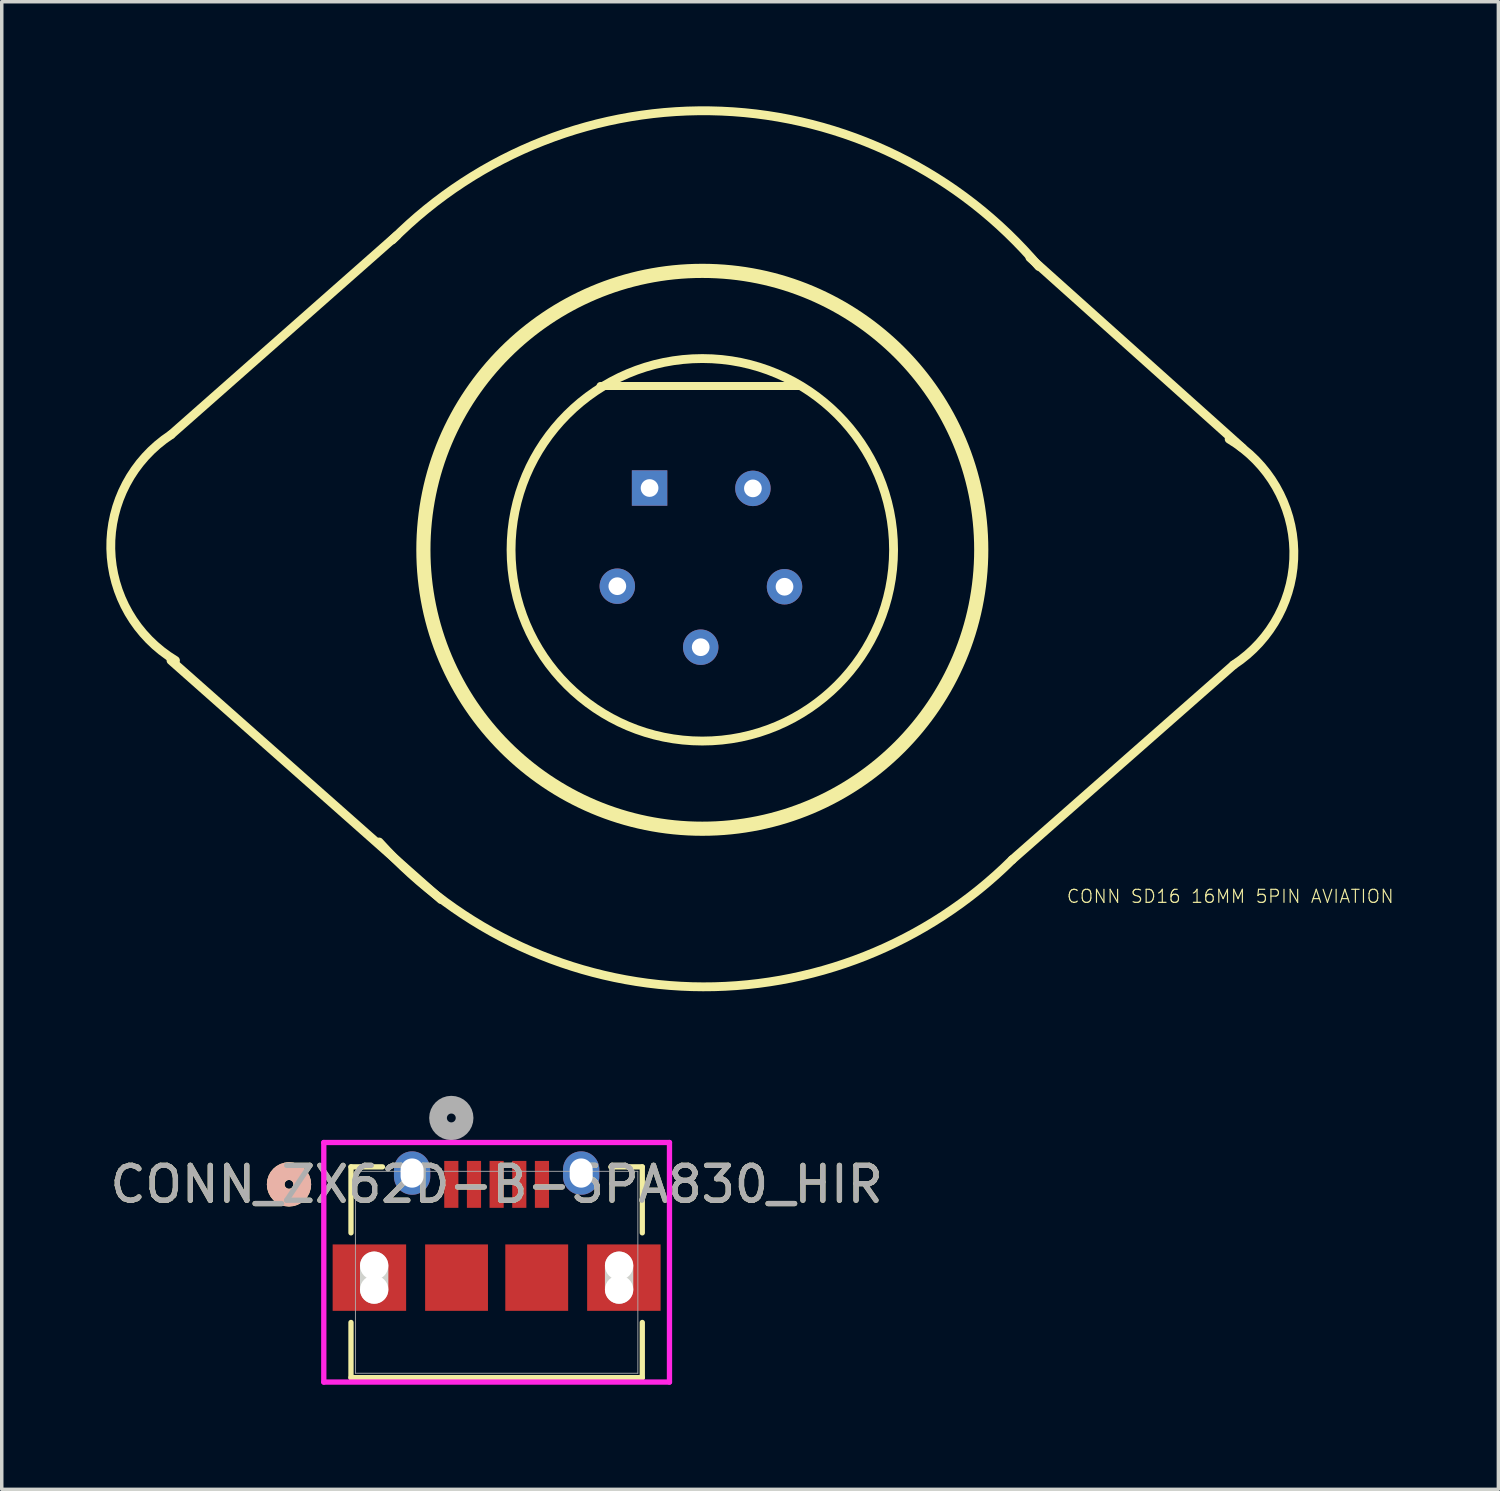
<source format=kicad_pcb>
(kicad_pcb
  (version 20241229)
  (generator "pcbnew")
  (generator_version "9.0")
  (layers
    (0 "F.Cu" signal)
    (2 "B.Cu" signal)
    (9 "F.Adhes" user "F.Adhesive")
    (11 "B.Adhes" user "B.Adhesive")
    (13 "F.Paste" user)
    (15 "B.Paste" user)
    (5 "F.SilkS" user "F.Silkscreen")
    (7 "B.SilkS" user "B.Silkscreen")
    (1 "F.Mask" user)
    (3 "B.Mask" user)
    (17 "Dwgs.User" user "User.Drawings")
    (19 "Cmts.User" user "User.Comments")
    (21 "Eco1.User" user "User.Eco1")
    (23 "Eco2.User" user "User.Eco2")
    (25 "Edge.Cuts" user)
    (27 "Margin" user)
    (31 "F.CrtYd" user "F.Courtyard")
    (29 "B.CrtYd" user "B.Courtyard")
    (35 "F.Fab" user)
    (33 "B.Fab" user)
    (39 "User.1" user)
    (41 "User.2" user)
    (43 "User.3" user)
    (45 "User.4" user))
  (footprint "CONN SD16 16MM 5PIN AVIATION"
    (layer "F.Cu")
    (at 17.096 12.721)
    (property "Reference" "CONN SD16 16MM 5PIN AVIATION" (at 10.43 10.16 0) (unlocked yes) (layer "F.SilkS") (effects (font (size 0.374 0.374) (thickness 0.033)) (justify left bottom)))
    (fp_line (start -15.24 -3.302) (end -8.763 -9.017) (stroke (width 0.254) (type solid)) (layer "F.SilkS"))
    (fp_line (start -15.24 3.175) (end -7.493 10.033) (stroke (width 0.254) (type solid)) (layer "F.SilkS"))
    (fp_line (start -2.921 -4.699) (end 2.794 -4.699) (stroke (width 0.229) (type solid)) (layer "F.SilkS"))
    (fp_line (start 8.89 8.89) (end 15.24 3.302) (stroke (width 0.254) (type solid)) (layer "F.SilkS"))
    (fp_line (start 15.494 -2.921) (end 9.398 -8.382) (stroke (width 0.254) (type solid)) (layer "F.SilkS"))
    (fp_arc (start -15.113 3.175) (mid -16.967969 -0.028374) (end -15.239999 -3.302) (stroke (width 0.254) (type solid)) (layer "F.SilkS"))
    (fp_arc (start -8.89 -8.89) (mid 0.548444 -12.583466) (end 9.652 -8.128) (stroke (width 0.254) (type solid)) (layer "F.SilkS"))
    (fp_arc (start 8.89 8.89) (mid -0.299459 12.531289) (end -9.271 8.382) (stroke (width 0.254) (type solid)) (layer "F.SilkS"))
    (fp_arc (start 15.113 -3.175) (mid 16.967969 0.028374) (end 15.239999 3.302) (stroke (width 0.254) (type solid)) (layer "F.SilkS"))
    (fp_circle (center 0 0) (end 5.486 0) (stroke (width 0.254) (type solid)) (fill no) (layer "F.SilkS"))
    (fp_circle (center 0 0) (end 8.001 0) (stroke (width 0.406) (type solid)) (fill no) (layer "F.SilkS"))
    (pad "1" thru_hole circle (at 1.451 -1.762 180) (size 1.016 1.016) (drill 0.508) (layers "*.Cu" "*.Mask"))
    (pad "2" thru_hole rect (at -1.513 -1.772 180) (size 1.016 1.016) (drill 0.508) (layers "*.Cu" "*.Mask"))
    (pad "3" thru_hole circle (at 2.358 1.06 180) (size 1.016 1.016) (drill 0.508) (layers "*.Cu" "*.Mask"))
    (pad "4" thru_hole circle (at -0.046 2.794 180) (size 1.016 1.016) (drill 0.508) (layers "*.Cu" "*.Mask"))
    (pad "5" thru_hole circle (at -2.438 1.044 180) (size 1.016 1.016) (drill 0.508) (layers "*.Cu" "*.Mask")))
  (footprint "CONN_ZX62D-B-5PA830_HIR"
    (layer "F.Cu")
    (at 11.196 33.445)
    (property "Reference" "CONN_ZX62D-B-5PA830_HIR" (at 0 -2.521 0) (unlocked yes) (layer "F.SilkS") (effects (font (size 1 1) (thickness 0.15))))
    (attr smd)
    (fp_line (start -4.178 -3.023) (end -4.178 -1.131) (stroke (width 0.152) (type solid)) (layer "F.SilkS"))
    (fp_line (start -4.178 1.44) (end -4.178 3.023) (stroke (width 0.152) (type solid)) (layer "F.SilkS"))
    (fp_line (start -4.178 3.023) (end 4.178 3.023) (stroke (width 0.152) (type solid)) (layer "F.SilkS"))
    (fp_line (start -3.275 -3.023) (end -4.178 -3.023) (stroke (width 0.152) (type solid)) (layer "F.SilkS"))
    (fp_line (start 4.178 -3.023) (end 3.275 -3.023) (stroke (width 0.152) (type solid)) (layer "F.SilkS"))
    (fp_line (start 4.178 -1.131) (end 4.178 -3.023) (stroke (width 0.152) (type solid)) (layer "F.SilkS"))
    (fp_line (start 4.178 3.023) (end 4.178 1.44) (stroke (width 0.152) (type solid)) (layer "F.SilkS"))
    (fp_circle (center -5.956 -2.521) (end -5.575 -2.521) (stroke (width 0.508) (type solid)) (fill no) (layer "F.SilkS"))
    (fp_circle (center -5.956 -2.521) (end -5.575 -2.521) (stroke (width 0.508) (type solid)) (fill no) (layer "B.SilkS"))
    (fp_line (start -3.513 0.497) (end -3.513 -0.188) (stroke (width 0.813) (type solid)) (layer "Edge.Cuts"))
    (fp_line (start 3.513 0.497) (end 3.513 -0.188) (stroke (width 0.813) (type solid)) (layer "Edge.Cuts"))
    (fp_line (start -4.958 -3.722) (end -4.958 3.15) (stroke (width 0.152) (type solid)) (layer "F.CrtYd"))
    (fp_line (start -4.958 3.15) (end 4.958 3.15) (stroke (width 0.152) (type solid)) (layer "F.CrtYd"))
    (fp_line (start 4.958 -3.722) (end -4.958 -3.722) (stroke (width 0.152) (type solid)) (layer "F.CrtYd"))
    (fp_line (start 4.958 3.15) (end 4.958 -3.722) (stroke (width 0.152) (type solid)) (layer "F.CrtYd"))
    (fp_line (start -4.051 -2.896) (end -4.051 2.896) (stroke (width 0.025) (type solid)) (layer "F.Fab"))
    (fp_line (start -4.051 2.896) (end 4.051 2.896) (stroke (width 0.025) (type solid)) (layer "F.Fab"))
    (fp_line (start 4.051 -2.896) (end -4.051 -2.896) (stroke (width 0.025) (type solid)) (layer "F.Fab"))
    (fp_line (start 4.051 2.896) (end 4.051 -2.896) (stroke (width 0.025) (type solid)) (layer "F.Fab"))
    (fp_circle (center -1.3 -4.426) (end -0.919 -4.426) (stroke (width 0.508) (type solid)) (fill no) (layer "F.Fab"))
    (fp_text user "${REFERENCE}" (at 0 -2.521 0) (unlocked yes) (layer "F.Fab") (effects (font (size 1 1) (thickness 0.15))))
    (pad "" np_thru_hole circle (at -3.513 -0.188) (size 0.813 0.813) (drill 0.813) (layers "*.Cu" "*.Mask"))
    (pad "" np_thru_hole circle (at -3.513 0.497) (size 0.813 0.813) (drill 0.813) (layers "*.Cu" "*.Mask"))
    (pad "" np_thru_hole oval (at -2.425 -2.846) (size 1.041 1.245) (drill oval 0.66 0.838) (layers "*.Cu" "*.Mask"))
    (pad "" np_thru_hole oval (at 2.425 -2.846) (size 1.041 1.245) (drill oval 0.66 0.838) (layers "*.Cu" "*.Mask"))
    (pad "" np_thru_hole circle (at 3.513 -0.188) (size 0.813 0.813) (drill 0.813) (layers "*.Cu" "*.Mask"))
    (pad "" np_thru_hole circle (at 3.513 0.497) (size 0.813 0.813) (drill 0.813) (layers "*.Cu" "*.Mask"))
    (pad "1" smd rect (at -1.3 -2.521) (size 0.406 1.346) (layers "F.Cu" "F.Mask" "F.Paste"))
    (pad "2" smd rect (at -0.65 -2.521) (size 0.406 1.346) (layers "F.Cu" "F.Mask" "F.Paste"))
    (pad "3" smd rect (at 0 -2.521) (size 0.406 1.346) (layers "F.Cu" "F.Mask" "F.Paste"))
    (pad "4" smd rect (at 0.65 -2.521) (size 0.406 1.346) (layers "F.Cu" "F.Mask" "F.Paste"))
    (pad "5" smd rect (at 1.3 -2.521) (size 0.406 1.346) (layers "F.Cu" "F.Mask" "F.Paste"))
    (pad "8" smd rect (at -3.65 0.154) (size 2.108 1.905) (layers "F.Cu" "F.Mask" "F.Paste"))
    (pad "9" smd rect (at 3.65 0.154) (size 2.108 1.905) (layers "F.Cu" "F.Mask" "F.Paste"))
    (pad "10" smd rect (at -1.15 0.154) (size 1.803 1.905) (layers "F.Cu" "F.Mask" "F.Paste"))
    (pad "11" smd rect (at 1.15 0.154) (size 1.803 1.905) (layers "F.Cu" "F.Mask" "F.Paste")))
  (gr_rect
    (start -3 -3)
    (end 39.931 39.671)
    (stroke (width 0.1) (type default))
    (fill no)
    (layer "Edge.Cuts")))
</source>
